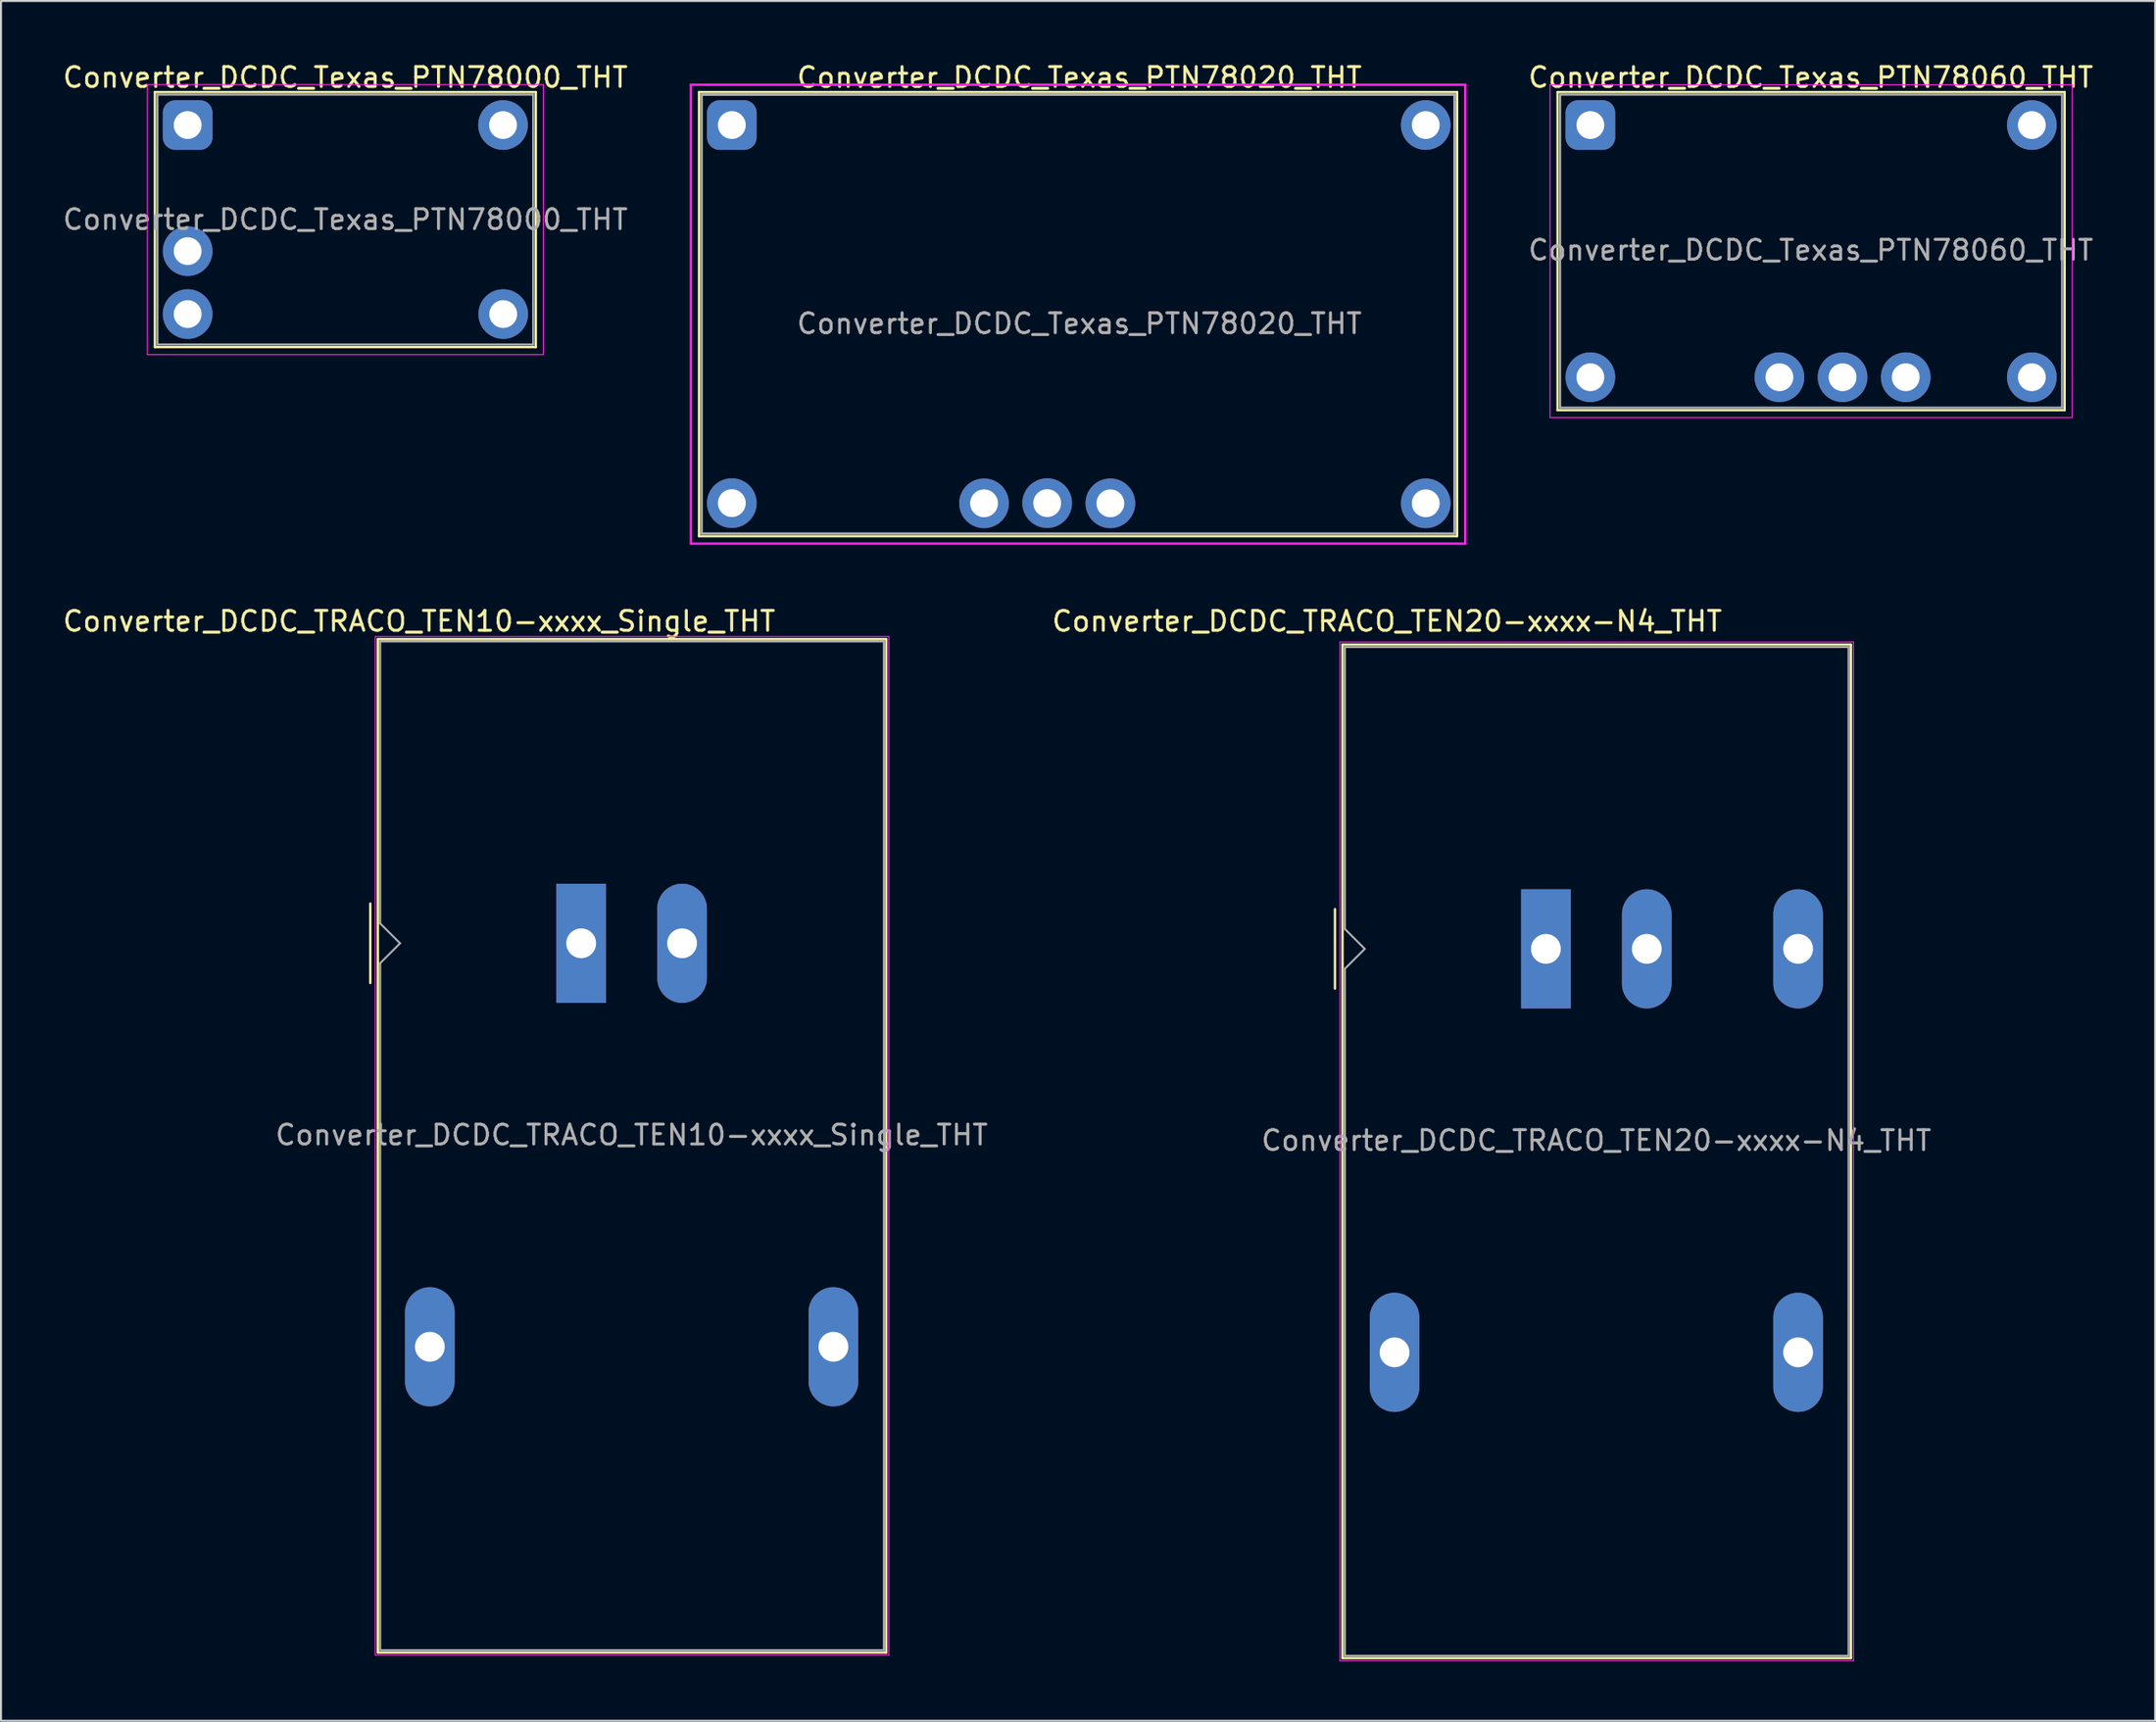
<source format=kicad_pcb>
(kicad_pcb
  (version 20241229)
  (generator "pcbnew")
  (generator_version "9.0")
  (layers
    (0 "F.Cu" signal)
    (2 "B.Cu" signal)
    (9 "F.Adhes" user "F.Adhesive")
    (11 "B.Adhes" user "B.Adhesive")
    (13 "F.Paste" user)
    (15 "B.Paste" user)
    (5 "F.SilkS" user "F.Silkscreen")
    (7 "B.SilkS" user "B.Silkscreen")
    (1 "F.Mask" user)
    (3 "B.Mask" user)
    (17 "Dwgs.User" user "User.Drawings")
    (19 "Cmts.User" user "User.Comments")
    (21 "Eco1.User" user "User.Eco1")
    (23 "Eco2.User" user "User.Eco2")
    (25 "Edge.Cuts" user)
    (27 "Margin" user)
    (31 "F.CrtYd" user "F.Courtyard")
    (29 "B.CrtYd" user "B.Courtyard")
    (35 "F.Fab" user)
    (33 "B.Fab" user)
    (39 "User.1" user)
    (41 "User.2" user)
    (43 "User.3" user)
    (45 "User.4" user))
  (footprint "Converter_DCDC_Texas_PTN78000_THT"
    (layer "F.Cu")
    (at 6.399 3.248)
    (property "Reference" "Converter_DCDC_Texas_PTN78000_THT" (at 7.94 -2.4 0) (layer "F.SilkS") (effects (font (size 1 1) (thickness 0.15))))
    (attr through_hole)
    (fp_line (start -1.65 -1.66) (end -1.65 11.18) (stroke (width 0.12) (type solid)) (layer "F.SilkS"))
    (fp_line (start -1.65 -1.66) (end 17.53 -1.66) (stroke (width 0.12) (type solid)) (layer "F.SilkS"))
    (fp_line (start -1.65 11.18) (end 17.53 11.18) (stroke (width 0.12) (type solid)) (layer "F.SilkS"))
    (fp_line (start 17.53 -1.66) (end 17.53 11.18) (stroke (width 0.12) (type solid)) (layer "F.SilkS"))
    (fp_line (start -2.03 11.56) (end -2.03 -2.04) (stroke (width 0.05) (type solid)) (layer "F.CrtYd"))
    (fp_line (start -2.03 11.56) (end 17.91 11.56) (stroke (width 0.05) (type solid)) (layer "F.CrtYd"))
    (fp_line (start 17.91 -2.04) (end -2.03 -2.04) (stroke (width 0.05) (type solid)) (layer "F.CrtYd"))
    (fp_line (start 17.91 -2.04) (end 17.91 11.56) (stroke (width 0.05) (type solid)) (layer "F.CrtYd"))
    (fp_line (start -1.52 11.05) (end -1.52 -1.53) (stroke (width 0.1) (type solid)) (layer "F.Fab"))
    (fp_line (start -1.52 11.05) (end 17.4 11.05) (stroke (width 0.1) (type solid)) (layer "F.Fab"))
    (fp_line (start 17.4 -1.53) (end -1.52 -1.53) (stroke (width 0.1) (type solid)) (layer "F.Fab"))
    (fp_line (start 17.4 -1.53) (end 17.4 11.05) (stroke (width 0.1) (type solid)) (layer "F.Fab"))
    (fp_text user "${REFERENCE}" (at 7.94 4.76 0) (layer "F.Fab") (effects (font (size 1 1) (thickness 0.15))))
    (pad "1" thru_hole roundrect (at 0 0) (size 2.5 2.5) (drill 1.4) (layers "*.Cu" "*.Mask") (roundrect_rratio 0.25))
    (pad "2" thru_hole circle (at 0 6.35) (size 2.5 2.5) (drill 1.4) (layers "*.Cu" "*.Mask"))
    (pad "3" thru_hole circle (at 0 9.52) (size 2.5 2.5) (drill 1.4) (layers "*.Cu" "*.Mask"))
    (pad "4" thru_hole circle (at 15.89 9.52) (size 2.5 2.5) (drill 1.4) (layers "*.Cu" "*.Mask"))
    (pad "5" thru_hole circle (at 15.88 0) (size 2.5 2.5) (drill 1.4) (layers "*.Cu" "*.Mask")))
  (footprint "Converter_DCDC_TRACO_TEN10-xxxx_Single_THT"
    (layer "F.Cu")
    (at 26.214 44.456)
    (property "Reference" "Converter_DCDC_TRACO_TEN10-xxxx_Single_THT" (at -8.16 -16.22 180) (layer "F.SilkS") (effects (font (size 1 1) (thickness 0.15))))
    (attr through_hole)
    (fp_line (start -10.62 -2) (end -10.62 2) (stroke (width 0.12) (type solid)) (layer "F.SilkS"))
    (fp_line (start -10.24 -15.32) (end 15.36 -15.32) (stroke (width 0.12) (type solid)) (layer "F.SilkS"))
    (fp_line (start -10.24 35.72) (end -10.24 -15.32) (stroke (width 0.12) (type solid)) (layer "F.SilkS"))
    (fp_line (start 15.36 -15.32) (end 15.36 35.72) (stroke (width 0.12) (type solid)) (layer "F.SilkS"))
    (fp_line (start 15.36 35.72) (end -10.24 35.72) (stroke (width 0.12) (type solid)) (layer "F.SilkS"))
    (fp_line (start -10.37 -15.45) (end 15.49 -15.45) (stroke (width 0.05) (type solid)) (layer "F.CrtYd"))
    (fp_line (start -10.37 35.85) (end -10.37 -15.45) (stroke (width 0.05) (type solid)) (layer "F.CrtYd"))
    (fp_line (start -10.37 35.85) (end 15.49 35.85) (stroke (width 0.05) (type solid)) (layer "F.CrtYd"))
    (fp_line (start 15.49 35.85) (end 15.49 -15.45) (stroke (width 0.05) (type solid)) (layer "F.CrtYd"))
    (fp_line (start -10.12 -1) (end -10.12 -15.2) (stroke (width 0.1) (type solid)) (layer "F.Fab"))
    (fp_line (start -10.12 1) (end -10.12 35.6) (stroke (width 0.1) (type solid)) (layer "F.Fab"))
    (fp_line (start -10.12 1) (end -9.12 0) (stroke (width 0.1) (type solid)) (layer "F.Fab"))
    (fp_line (start -10.12 35.6) (end 15.24 35.6) (stroke (width 0.1) (type solid)) (layer "F.Fab"))
    (fp_line (start -9.12 0) (end -10.12 -1) (stroke (width 0.1) (type solid)) (layer "F.Fab"))
    (fp_line (start 15.24 -15.2) (end -10.12 -15.2) (stroke (width 0.1) (type solid)) (layer "F.Fab"))
    (fp_line (start 15.24 35.6) (end 15.24 -15.2) (stroke (width 0.1) (type solid)) (layer "F.Fab"))
    (fp_text user "${REFERENCE}" (at 2.54 9.652 0) (layer "F.Fab") (effects (font (size 1 1) (thickness 0.15))))
    (pad "1" thru_hole rect (at 0 0 90) (size 6 2.5) (drill 1.5) (layers "*.Cu" "*.Mask"))
    (pad "2" thru_hole oval (at 5.08 0 90) (size 6 2.5) (drill 1.5) (layers "*.Cu" "*.Mask"))
    (pad "3" thru_hole oval (at -7.62 20.32 90) (size 6 2.5) (drill 1.5) (layers "*.Cu" "*.Mask"))
    (pad "5" thru_hole oval (at 12.7 20.32 90) (size 6 2.5) (drill 1.5) (layers "*.Cu" "*.Mask")))
  (footprint "Converter_DCDC_Texas_PTN78020_THT"
    (layer "F.Cu")
    (at 33.799 3.248)
    (property "Reference" "Converter_DCDC_Texas_PTN78020_THT" (at 17.5 -2.4 0) (layer "F.SilkS") (effects (font (size 1 1) (thickness 0.15))))
    (attr through_hole)
    (fp_line (start -1.65 -1.66) (end -1.65 20.705) (stroke (width 0.12) (type solid)) (layer "F.SilkS"))
    (fp_line (start -1.65 -1.66) (end 36.52 -1.66) (stroke (width 0.12) (type solid)) (layer "F.SilkS"))
    (fp_line (start -1.65 20.705) (end 36.52 20.705) (stroke (width 0.12) (type solid)) (layer "F.SilkS"))
    (fp_line (start 36.52 -1.66) (end 36.52 20.7) (stroke (width 0.12) (type solid)) (layer "F.SilkS"))
    (fp_line (start -2.06 21.08) (end -2.06 -2.03) (stroke (width 0.12) (type solid)) (layer "F.CrtYd"))
    (fp_line (start -2.06 21.08) (end 36.93 21.08) (stroke (width 0.12) (type solid)) (layer "F.CrtYd"))
    (fp_line (start 36.93 -2.03) (end -2.06 -2.03) (stroke (width 0.12) (type solid)) (layer "F.CrtYd"))
    (fp_line (start 36.93 -2.03) (end 36.93 21.08) (stroke (width 0.12) (type solid)) (layer "F.CrtYd"))
    (fp_line (start -1.52 20.575) (end -1.52 -1.53) (stroke (width 0.12) (type solid)) (layer "F.Fab"))
    (fp_line (start 36.39 -1.53) (end -1.52 -1.53) (stroke (width 0.12) (type solid)) (layer "F.Fab"))
    (fp_line (start 36.39 20.575) (end -1.52 20.575) (stroke (width 0.12) (type solid)) (layer "F.Fab"))
    (fp_line (start 36.39 20.575) (end 36.39 -1.53) (stroke (width 0.12) (type solid)) (layer "F.Fab"))
    (fp_text user "${REFERENCE}" (at 17.5 10 0) (layer "F.Fab") (effects (font (size 1 1) (thickness 0.15))))
    (pad "1" thru_hole roundrect (at 0 0) (size 2.5 2.5) (drill 1.4) (layers "*.Cu" "*.Mask") (roundrect_rratio 0.25))
    (pad "2" thru_hole circle (at 0 19.04) (size 2.5 2.5) (drill 1.4) (layers "*.Cu" "*.Mask"))
    (pad "3" thru_hole circle (at 12.7 19.05) (size 2.5 2.5) (drill 1.4) (layers "*.Cu" "*.Mask"))
    (pad "4" thru_hole circle (at 15.88 19.04) (size 2.5 2.5) (drill 1.4) (layers "*.Cu" "*.Mask"))
    (pad "5" thru_hole circle (at 19.06 19.05) (size 2.5 2.5) (drill 1.4) (layers "*.Cu" "*.Mask"))
    (pad "6" thru_hole circle (at 34.94 19.05) (size 2.5 2.5) (drill 1.4) (layers "*.Cu" "*.Mask"))
    (pad "7" thru_hole circle (at 34.94 0) (size 2.5 2.5) (drill 1.4) (layers "*.Cu" "*.Mask")))
  (footprint "Converter_DCDC_TRACO_TEN20-xxxx-N4_THT"
    (layer "F.Cu")
    (at 74.789 44.736)
    (property "Reference" "Converter_DCDC_TRACO_TEN20-xxxx-N4_THT" (at -8 -16.5 180) (layer "F.SilkS") (effects (font (size 1 1) (thickness 0.15))))
    (attr through_hole)
    (fp_line (start -10.62 -2) (end -10.62 2) (stroke (width 0.12) (type solid)) (layer "F.SilkS"))
    (fp_line (start -10.24 -15.32) (end 15.36 -15.32) (stroke (width 0.12) (type solid)) (layer "F.SilkS"))
    (fp_line (start -10.24 35.72) (end -10.24 -15.32) (stroke (width 0.12) (type solid)) (layer "F.SilkS"))
    (fp_line (start 15.36 -15.32) (end 15.36 35.72) (stroke (width 0.12) (type solid)) (layer "F.SilkS"))
    (fp_line (start 15.36 35.72) (end -10.24 35.72) (stroke (width 0.12) (type solid)) (layer "F.SilkS"))
    (fp_line (start -10.37 -15.45) (end 15.49 -15.45) (stroke (width 0.05) (type solid)) (layer "F.CrtYd"))
    (fp_line (start -10.37 35.85) (end -10.37 -15.45) (stroke (width 0.05) (type solid)) (layer "F.CrtYd"))
    (fp_line (start -10.37 35.85) (end 15.49 35.85) (stroke (width 0.05) (type solid)) (layer "F.CrtYd"))
    (fp_line (start 15.49 35.85) (end 15.49 -15.45) (stroke (width 0.05) (type solid)) (layer "F.CrtYd"))
    (fp_line (start -10.12 -1) (end -10.12 -15.2) (stroke (width 0.1) (type solid)) (layer "F.Fab"))
    (fp_line (start -10.12 1) (end -10.12 35.6) (stroke (width 0.1) (type solid)) (layer "F.Fab"))
    (fp_line (start -10.12 1) (end -9.12 0) (stroke (width 0.1) (type solid)) (layer "F.Fab"))
    (fp_line (start -10.12 35.6) (end 15.24 35.6) (stroke (width 0.1) (type solid)) (layer "F.Fab"))
    (fp_line (start -9.12 0) (end -10.12 -1) (stroke (width 0.1) (type solid)) (layer "F.Fab"))
    (fp_line (start 15.24 -15.2) (end -10.12 -15.2) (stroke (width 0.1) (type solid)) (layer "F.Fab"))
    (fp_line (start 15.24 35.6) (end 15.24 -15.2) (stroke (width 0.1) (type solid)) (layer "F.Fab"))
    (fp_text user "${REFERENCE}" (at 2.54 9.652 0) (layer "F.Fab") (effects (font (size 1 1) (thickness 0.15))))
    (pad "1" thru_hole rect (at 0 0 90) (size 6 2.5) (drill 1.5) (layers "*.Cu" "*.Mask"))
    (pad "2" thru_hole oval (at 5.08 0 90) (size 6 2.5) (drill 1.5) (layers "*.Cu" "*.Mask"))
    (pad "3" thru_hole oval (at -7.62 20.32 90) (size 6 2.5) (drill 1.5) (layers "*.Cu" "*.Mask"))
    (pad "5" thru_hole oval (at 12.7 20.32 90) (size 6 2.5) (drill 1.5) (layers "*.Cu" "*.Mask"))
    (pad "6" thru_hole oval (at 12.7 0 90) (size 6 2.5) (drill 1.5) (layers "*.Cu" "*.Mask")))
  (footprint "Converter_DCDC_Texas_PTN78060_THT"
    (layer "F.Cu")
    (at 77.028 3.248)
    (property "Reference" "Converter_DCDC_Texas_PTN78060_THT" (at 11.1 -2.4 0) (layer "F.SilkS") (effects (font (size 1 1) (thickness 0.15))))
    (attr through_hole)
    (fp_line (start -1.65 -1.66) (end -1.65 14.36) (stroke (width 0.12) (type solid)) (layer "F.SilkS"))
    (fp_line (start -1.65 -1.66) (end 23.88 -1.66) (stroke (width 0.12) (type solid)) (layer "F.SilkS"))
    (fp_line (start -1.65 14.36) (end 23.88 14.36) (stroke (width 0.12) (type solid)) (layer "F.SilkS"))
    (fp_line (start 23.88 -1.66) (end 23.88 14.36) (stroke (width 0.12) (type solid)) (layer "F.SilkS"))
    (fp_line (start -2.03 14.73) (end -2.03 -2.03) (stroke (width 0.05) (type solid)) (layer "F.CrtYd"))
    (fp_line (start 24.26 -2.03) (end -2.03 -2.03) (stroke (width 0.05) (type solid)) (layer "F.CrtYd"))
    (fp_line (start 24.26 -2.03) (end 24.26 14.73) (stroke (width 0.05) (type solid)) (layer "F.CrtYd"))
    (fp_line (start 24.26 14.73) (end -2.03 14.73) (stroke (width 0.05) (type solid)) (layer "F.CrtYd"))
    (fp_line (start -1.52 14.23) (end -1.52 -1.53) (stroke (width 0.1) (type solid)) (layer "F.Fab"))
    (fp_line (start -1.52 14.23) (end 23.75 14.23) (stroke (width 0.1) (type solid)) (layer "F.Fab"))
    (fp_line (start 23.75 -1.53) (end -1.52 -1.53) (stroke (width 0.1) (type solid)) (layer "F.Fab"))
    (fp_line (start 23.75 14.23) (end 23.75 -1.53) (stroke (width 0.1) (type solid)) (layer "F.Fab"))
    (fp_text user "${REFERENCE}" (at 11.1 6.3 0) (layer "F.Fab") (effects (font (size 1 1) (thickness 0.15))))
    (pad "1" thru_hole roundrect (at 0 0) (size 2.5 2.5) (drill 1.4) (layers "*.Cu" "*.Mask") (roundrect_rratio 0.25))
    (pad "2" thru_hole circle (at 0 12.7) (size 2.5 2.5) (drill 1.4) (layers "*.Cu" "*.Mask"))
    (pad "3" thru_hole circle (at 9.52 12.7) (size 2.5 2.5) (drill 1.4) (layers "*.Cu" "*.Mask"))
    (pad "4" thru_hole circle (at 12.7 12.7) (size 2.5 2.5) (drill 1.4) (layers "*.Cu" "*.Mask"))
    (pad "5" thru_hole circle (at 15.88 12.7) (size 2.5 2.5) (drill 1.4) (layers "*.Cu" "*.Mask"))
    (pad "6" thru_hole circle (at 22.23 12.7) (size 2.5 2.5) (drill 1.4) (layers "*.Cu" "*.Mask"))
    (pad "7" thru_hole circle (at 22.23 0) (size 2.5 2.5) (drill 1.4) (layers "*.Cu" "*.Mask")))
  (gr_rect
    (start -3 -3)
    (end 105.467 83.612)
    (stroke (width 0.1) (type default))
    (fill no)
    (layer "Edge.Cuts")))
</source>
